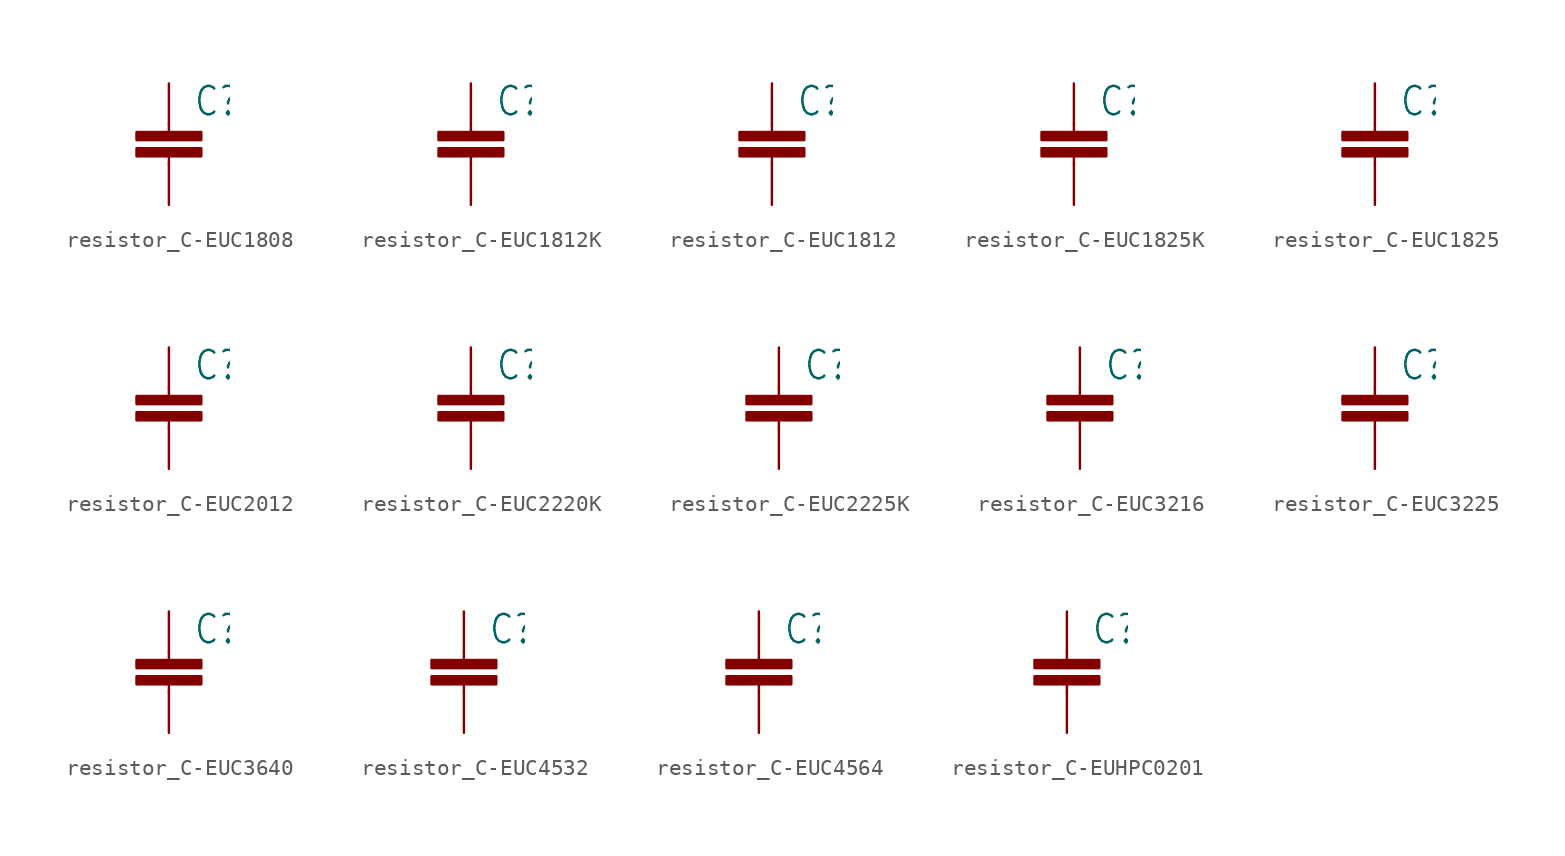
<source format=kicad_sym>
(kicad_symbol_lib
  (version 20241209)
  (generator "kicad_symbol_editor")
  (generator_version "9.0")
  (symbol "resistor_C-EUC1808"
    (property "Reference" "C"
      (at 1.524 0.381 0)
      (effects (font (size 1.778 1.511)) (justify left bottom)))
    (property "Value" ""
      (at 1.524 -4.699 0)
      (effects (font (size 1.778 1.511)) (justify left bottom)))
    (property "ki_locked" ""
      (at 0 0 0)
      (effects (font (size 1.27 1.27))))
    (symbol "resistor_C-EUC1808_1_0"
      (rectangle (start -2.032 -1.016) (end 2.032 -0.508) (stroke (width 0) (type default)) (fill (type outline)))
      (rectangle (start -2.032 -2.032) (end 2.032 -1.524) (stroke (width 0) (type default)) (fill (type outline)))
      (polyline (pts (xy 0 0) (xy 0 -0.508)) (stroke (width 0.152) (type solid)) (fill (type none)))
      (polyline (pts (xy 0 -2.54) (xy 0 -2.032)) (stroke (width 0.152) (type solid)) (fill (type none)))
      (pin passive line (at 0 2.54 270) (length 2.54) (name "1" (effects (font (size 0 0)))) (number "1" (effects (font (size 0 0)))))
      (pin passive line (at 0 -5.08 90) (length 2.54) (name "2" (effects (font (size 0 0)))) (number "2" (effects (font (size 0 0)))))))
  (symbol "resistor_C-EUC1812K"
    (property "Reference" "C"
      (at 1.524 0.381 0)
      (effects (font (size 1.778 1.511)) (justify left bottom)))
    (property "Value" ""
      (at 1.524 -4.699 0)
      (effects (font (size 1.778 1.511)) (justify left bottom)))
    (property "ki_locked" ""
      (at 0 0 0)
      (effects (font (size 1.27 1.27))))
    (symbol "resistor_C-EUC1812K_1_0"
      (rectangle (start -2.032 -1.016) (end 2.032 -0.508) (stroke (width 0) (type default)) (fill (type outline)))
      (rectangle (start -2.032 -2.032) (end 2.032 -1.524) (stroke (width 0) (type default)) (fill (type outline)))
      (polyline (pts (xy 0 0) (xy 0 -0.508)) (stroke (width 0.152) (type solid)) (fill (type none)))
      (polyline (pts (xy 0 -2.54) (xy 0 -2.032)) (stroke (width 0.152) (type solid)) (fill (type none)))
      (pin passive line (at 0 2.54 270) (length 2.54) (name "1" (effects (font (size 0 0)))) (number "1" (effects (font (size 0 0)))))
      (pin passive line (at 0 -5.08 90) (length 2.54) (name "2" (effects (font (size 0 0)))) (number "2" (effects (font (size 0 0)))))))
  (symbol "resistor_C-EUC1812"
    (property "Reference" "C"
      (at 1.524 0.381 0)
      (effects (font (size 1.778 1.511)) (justify left bottom)))
    (property "Value" ""
      (at 1.524 -4.699 0)
      (effects (font (size 1.778 1.511)) (justify left bottom)))
    (property "ki_locked" ""
      (at 0 0 0)
      (effects (font (size 1.27 1.27))))
    (symbol "resistor_C-EUC1812_1_0"
      (rectangle (start -2.032 -1.016) (end 2.032 -0.508) (stroke (width 0) (type default)) (fill (type outline)))
      (rectangle (start -2.032 -2.032) (end 2.032 -1.524) (stroke (width 0) (type default)) (fill (type outline)))
      (polyline (pts (xy 0 0) (xy 0 -0.508)) (stroke (width 0.152) (type solid)) (fill (type none)))
      (polyline (pts (xy 0 -2.54) (xy 0 -2.032)) (stroke (width 0.152) (type solid)) (fill (type none)))
      (pin passive line (at 0 2.54 270) (length 2.54) (name "1" (effects (font (size 0 0)))) (number "1" (effects (font (size 0 0)))))
      (pin passive line (at 0 -5.08 90) (length 2.54) (name "2" (effects (font (size 0 0)))) (number "2" (effects (font (size 0 0)))))))
  (symbol "resistor_C-EUC1825K"
    (property "Reference" "C"
      (at 1.524 0.381 0)
      (effects (font (size 1.778 1.511)) (justify left bottom)))
    (property "Value" ""
      (at 1.524 -4.699 0)
      (effects (font (size 1.778 1.511)) (justify left bottom)))
    (property "ki_locked" ""
      (at 0 0 0)
      (effects (font (size 1.27 1.27))))
    (symbol "resistor_C-EUC1825K_1_0"
      (rectangle (start -2.032 -1.016) (end 2.032 -0.508) (stroke (width 0) (type default)) (fill (type outline)))
      (rectangle (start -2.032 -2.032) (end 2.032 -1.524) (stroke (width 0) (type default)) (fill (type outline)))
      (polyline (pts (xy 0 0) (xy 0 -0.508)) (stroke (width 0.152) (type solid)) (fill (type none)))
      (polyline (pts (xy 0 -2.54) (xy 0 -2.032)) (stroke (width 0.152) (type solid)) (fill (type none)))
      (pin passive line (at 0 2.54 270) (length 2.54) (name "1" (effects (font (size 0 0)))) (number "1" (effects (font (size 0 0)))))
      (pin passive line (at 0 -5.08 90) (length 2.54) (name "2" (effects (font (size 0 0)))) (number "2" (effects (font (size 0 0)))))))
  (symbol "resistor_C-EUC1825"
    (property "Reference" "C"
      (at 1.524 0.381 0)
      (effects (font (size 1.778 1.511)) (justify left bottom)))
    (property "Value" ""
      (at 1.524 -4.699 0)
      (effects (font (size 1.778 1.511)) (justify left bottom)))
    (property "ki_locked" ""
      (at 0 0 0)
      (effects (font (size 1.27 1.27))))
    (symbol "resistor_C-EUC1825_1_0"
      (rectangle (start -2.032 -1.016) (end 2.032 -0.508) (stroke (width 0) (type default)) (fill (type outline)))
      (rectangle (start -2.032 -2.032) (end 2.032 -1.524) (stroke (width 0) (type default)) (fill (type outline)))
      (polyline (pts (xy 0 0) (xy 0 -0.508)) (stroke (width 0.152) (type solid)) (fill (type none)))
      (polyline (pts (xy 0 -2.54) (xy 0 -2.032)) (stroke (width 0.152) (type solid)) (fill (type none)))
      (pin passive line (at 0 2.54 270) (length 2.54) (name "1" (effects (font (size 0 0)))) (number "1" (effects (font (size 0 0)))))
      (pin passive line (at 0 -5.08 90) (length 2.54) (name "2" (effects (font (size 0 0)))) (number "2" (effects (font (size 0 0)))))))
  (symbol "resistor_C-EUC2012"
    (property "Reference" "C"
      (at 1.524 0.381 0)
      (effects (font (size 1.778 1.511)) (justify left bottom)))
    (property "Value" ""
      (at 1.524 -4.699 0)
      (effects (font (size 1.778 1.511)) (justify left bottom)))
    (property "ki_locked" ""
      (at 0 0 0)
      (effects (font (size 1.27 1.27))))
    (symbol "resistor_C-EUC2012_1_0"
      (rectangle (start -2.032 -1.016) (end 2.032 -0.508) (stroke (width 0) (type default)) (fill (type outline)))
      (rectangle (start -2.032 -2.032) (end 2.032 -1.524) (stroke (width 0) (type default)) (fill (type outline)))
      (polyline (pts (xy 0 0) (xy 0 -0.508)) (stroke (width 0.152) (type solid)) (fill (type none)))
      (polyline (pts (xy 0 -2.54) (xy 0 -2.032)) (stroke (width 0.152) (type solid)) (fill (type none)))
      (pin passive line (at 0 2.54 270) (length 2.54) (name "1" (effects (font (size 0 0)))) (number "1" (effects (font (size 0 0)))))
      (pin passive line (at 0 -5.08 90) (length 2.54) (name "2" (effects (font (size 0 0)))) (number "2" (effects (font (size 0 0)))))))
  (symbol "resistor_C-EUC2220K"
    (property "Reference" "C"
      (at 1.524 0.381 0)
      (effects (font (size 1.778 1.511)) (justify left bottom)))
    (property "Value" ""
      (at 1.524 -4.699 0)
      (effects (font (size 1.778 1.511)) (justify left bottom)))
    (property "ki_locked" ""
      (at 0 0 0)
      (effects (font (size 1.27 1.27))))
    (symbol "resistor_C-EUC2220K_1_0"
      (rectangle (start -2.032 -1.016) (end 2.032 -0.508) (stroke (width 0) (type default)) (fill (type outline)))
      (rectangle (start -2.032 -2.032) (end 2.032 -1.524) (stroke (width 0) (type default)) (fill (type outline)))
      (polyline (pts (xy 0 0) (xy 0 -0.508)) (stroke (width 0.152) (type solid)) (fill (type none)))
      (polyline (pts (xy 0 -2.54) (xy 0 -2.032)) (stroke (width 0.152) (type solid)) (fill (type none)))
      (pin passive line (at 0 2.54 270) (length 2.54) (name "1" (effects (font (size 0 0)))) (number "1" (effects (font (size 0 0)))))
      (pin passive line (at 0 -5.08 90) (length 2.54) (name "2" (effects (font (size 0 0)))) (number "2" (effects (font (size 0 0)))))))
  (symbol "resistor_C-EUC2225K"
    (property "Reference" "C"
      (at 1.524 0.381 0)
      (effects (font (size 1.778 1.511)) (justify left bottom)))
    (property "Value" ""
      (at 1.524 -4.699 0)
      (effects (font (size 1.778 1.511)) (justify left bottom)))
    (property "ki_locked" ""
      (at 0 0 0)
      (effects (font (size 1.27 1.27))))
    (symbol "resistor_C-EUC2225K_1_0"
      (rectangle (start -2.032 -1.016) (end 2.032 -0.508) (stroke (width 0) (type default)) (fill (type outline)))
      (rectangle (start -2.032 -2.032) (end 2.032 -1.524) (stroke (width 0) (type default)) (fill (type outline)))
      (polyline (pts (xy 0 0) (xy 0 -0.508)) (stroke (width 0.152) (type solid)) (fill (type none)))
      (polyline (pts (xy 0 -2.54) (xy 0 -2.032)) (stroke (width 0.152) (type solid)) (fill (type none)))
      (pin passive line (at 0 2.54 270) (length 2.54) (name "1" (effects (font (size 0 0)))) (number "1" (effects (font (size 0 0)))))
      (pin passive line (at 0 -5.08 90) (length 2.54) (name "2" (effects (font (size 0 0)))) (number "2" (effects (font (size 0 0)))))))
  (symbol "resistor_C-EUC3216"
    (property "Reference" "C"
      (at 1.524 0.381 0)
      (effects (font (size 1.778 1.511)) (justify left bottom)))
    (property "Value" ""
      (at 1.524 -4.699 0)
      (effects (font (size 1.778 1.511)) (justify left bottom)))
    (property "ki_locked" ""
      (at 0 0 0)
      (effects (font (size 1.27 1.27))))
    (symbol "resistor_C-EUC3216_1_0"
      (rectangle (start -2.032 -1.016) (end 2.032 -0.508) (stroke (width 0) (type default)) (fill (type outline)))
      (rectangle (start -2.032 -2.032) (end 2.032 -1.524) (stroke (width 0) (type default)) (fill (type outline)))
      (polyline (pts (xy 0 0) (xy 0 -0.508)) (stroke (width 0.152) (type solid)) (fill (type none)))
      (polyline (pts (xy 0 -2.54) (xy 0 -2.032)) (stroke (width 0.152) (type solid)) (fill (type none)))
      (pin passive line (at 0 2.54 270) (length 2.54) (name "1" (effects (font (size 0 0)))) (number "1" (effects (font (size 0 0)))))
      (pin passive line (at 0 -5.08 90) (length 2.54) (name "2" (effects (font (size 0 0)))) (number "2" (effects (font (size 0 0)))))))
  (symbol "resistor_C-EUC3225"
    (property "Reference" "C"
      (at 1.524 0.381 0)
      (effects (font (size 1.778 1.511)) (justify left bottom)))
    (property "Value" ""
      (at 1.524 -4.699 0)
      (effects (font (size 1.778 1.511)) (justify left bottom)))
    (property "ki_locked" ""
      (at 0 0 0)
      (effects (font (size 1.27 1.27))))
    (symbol "resistor_C-EUC3225_1_0"
      (rectangle (start -2.032 -1.016) (end 2.032 -0.508) (stroke (width 0) (type default)) (fill (type outline)))
      (rectangle (start -2.032 -2.032) (end 2.032 -1.524) (stroke (width 0) (type default)) (fill (type outline)))
      (polyline (pts (xy 0 0) (xy 0 -0.508)) (stroke (width 0.152) (type solid)) (fill (type none)))
      (polyline (pts (xy 0 -2.54) (xy 0 -2.032)) (stroke (width 0.152) (type solid)) (fill (type none)))
      (pin passive line (at 0 2.54 270) (length 2.54) (name "1" (effects (font (size 0 0)))) (number "1" (effects (font (size 0 0)))))
      (pin passive line (at 0 -5.08 90) (length 2.54) (name "2" (effects (font (size 0 0)))) (number "2" (effects (font (size 0 0)))))))
  (symbol "resistor_C-EUC3640"
    (property "Reference" "C"
      (at 1.524 0.381 0)
      (effects (font (size 1.778 1.511)) (justify left bottom)))
    (property "Value" ""
      (at 1.524 -4.699 0)
      (effects (font (size 1.778 1.511)) (justify left bottom)))
    (property "ki_locked" ""
      (at 0 0 0)
      (effects (font (size 1.27 1.27))))
    (symbol "resistor_C-EUC3640_1_0"
      (rectangle (start -2.032 -1.016) (end 2.032 -0.508) (stroke (width 0) (type default)) (fill (type outline)))
      (rectangle (start -2.032 -2.032) (end 2.032 -1.524) (stroke (width 0) (type default)) (fill (type outline)))
      (polyline (pts (xy 0 0) (xy 0 -0.508)) (stroke (width 0.152) (type solid)) (fill (type none)))
      (polyline (pts (xy 0 -2.54) (xy 0 -2.032)) (stroke (width 0.152) (type solid)) (fill (type none)))
      (pin passive line (at 0 2.54 270) (length 2.54) (name "1" (effects (font (size 0 0)))) (number "1" (effects (font (size 0 0)))))
      (pin passive line (at 0 -5.08 90) (length 2.54) (name "2" (effects (font (size 0 0)))) (number "2" (effects (font (size 0 0)))))))
  (symbol "resistor_C-EUC4532"
    (property "Reference" "C"
      (at 1.524 0.381 0)
      (effects (font (size 1.778 1.511)) (justify left bottom)))
    (property "Value" ""
      (at 1.524 -4.699 0)
      (effects (font (size 1.778 1.511)) (justify left bottom)))
    (property "ki_locked" ""
      (at 0 0 0)
      (effects (font (size 1.27 1.27))))
    (symbol "resistor_C-EUC4532_1_0"
      (rectangle (start -2.032 -1.016) (end 2.032 -0.508) (stroke (width 0) (type default)) (fill (type outline)))
      (rectangle (start -2.032 -2.032) (end 2.032 -1.524) (stroke (width 0) (type default)) (fill (type outline)))
      (polyline (pts (xy 0 0) (xy 0 -0.508)) (stroke (width 0.152) (type solid)) (fill (type none)))
      (polyline (pts (xy 0 -2.54) (xy 0 -2.032)) (stroke (width 0.152) (type solid)) (fill (type none)))
      (pin passive line (at 0 2.54 270) (length 2.54) (name "1" (effects (font (size 0 0)))) (number "1" (effects (font (size 0 0)))))
      (pin passive line (at 0 -5.08 90) (length 2.54) (name "2" (effects (font (size 0 0)))) (number "2" (effects (font (size 0 0)))))))
  (symbol "resistor_C-EUC4564"
    (property "Reference" "C"
      (at 1.524 0.381 0)
      (effects (font (size 1.778 1.511)) (justify left bottom)))
    (property "Value" ""
      (at 1.524 -4.699 0)
      (effects (font (size 1.778 1.511)) (justify left bottom)))
    (property "ki_locked" ""
      (at 0 0 0)
      (effects (font (size 1.27 1.27))))
    (symbol "resistor_C-EUC4564_1_0"
      (rectangle (start -2.032 -1.016) (end 2.032 -0.508) (stroke (width 0) (type default)) (fill (type outline)))
      (rectangle (start -2.032 -2.032) (end 2.032 -1.524) (stroke (width 0) (type default)) (fill (type outline)))
      (polyline (pts (xy 0 0) (xy 0 -0.508)) (stroke (width 0.152) (type solid)) (fill (type none)))
      (polyline (pts (xy 0 -2.54) (xy 0 -2.032)) (stroke (width 0.152) (type solid)) (fill (type none)))
      (pin passive line (at 0 2.54 270) (length 2.54) (name "1" (effects (font (size 0 0)))) (number "1" (effects (font (size 0 0)))))
      (pin passive line (at 0 -5.08 90) (length 2.54) (name "2" (effects (font (size 0 0)))) (number "2" (effects (font (size 0 0)))))))
  (symbol "resistor_C-EUHPC0201"
    (property "Reference" "C"
      (at 1.524 0.381 0)
      (effects (font (size 1.778 1.511)) (justify left bottom)))
    (property "Value" ""
      (at 1.524 -4.699 0)
      (effects (font (size 1.778 1.511)) (justify left bottom)))
    (property "ki_locked" ""
      (at 0 0 0)
      (effects (font (size 1.27 1.27))))
    (symbol "resistor_C-EUHPC0201_1_0"
      (rectangle (start -2.032 -1.016) (end 2.032 -0.508) (stroke (width 0) (type default)) (fill (type outline)))
      (rectangle (start -2.032 -2.032) (end 2.032 -1.524) (stroke (width 0) (type default)) (fill (type outline)))
      (polyline (pts (xy 0 0) (xy 0 -0.508)) (stroke (width 0.152) (type solid)) (fill (type none)))
      (polyline (pts (xy 0 -2.54) (xy 0 -2.032)) (stroke (width 0.152) (type solid)) (fill (type none)))
      (pin passive line (at 0 2.54 270) (length 2.54) (name "1" (effects (font (size 0 0)))) (number "1" (effects (font (size 0 0)))))
      (pin passive line (at 0 -5.08 90) (length 2.54) (name "2" (effects (font (size 0 0)))) (number "2" (effects (font (size 0 0))))))))
</source>
